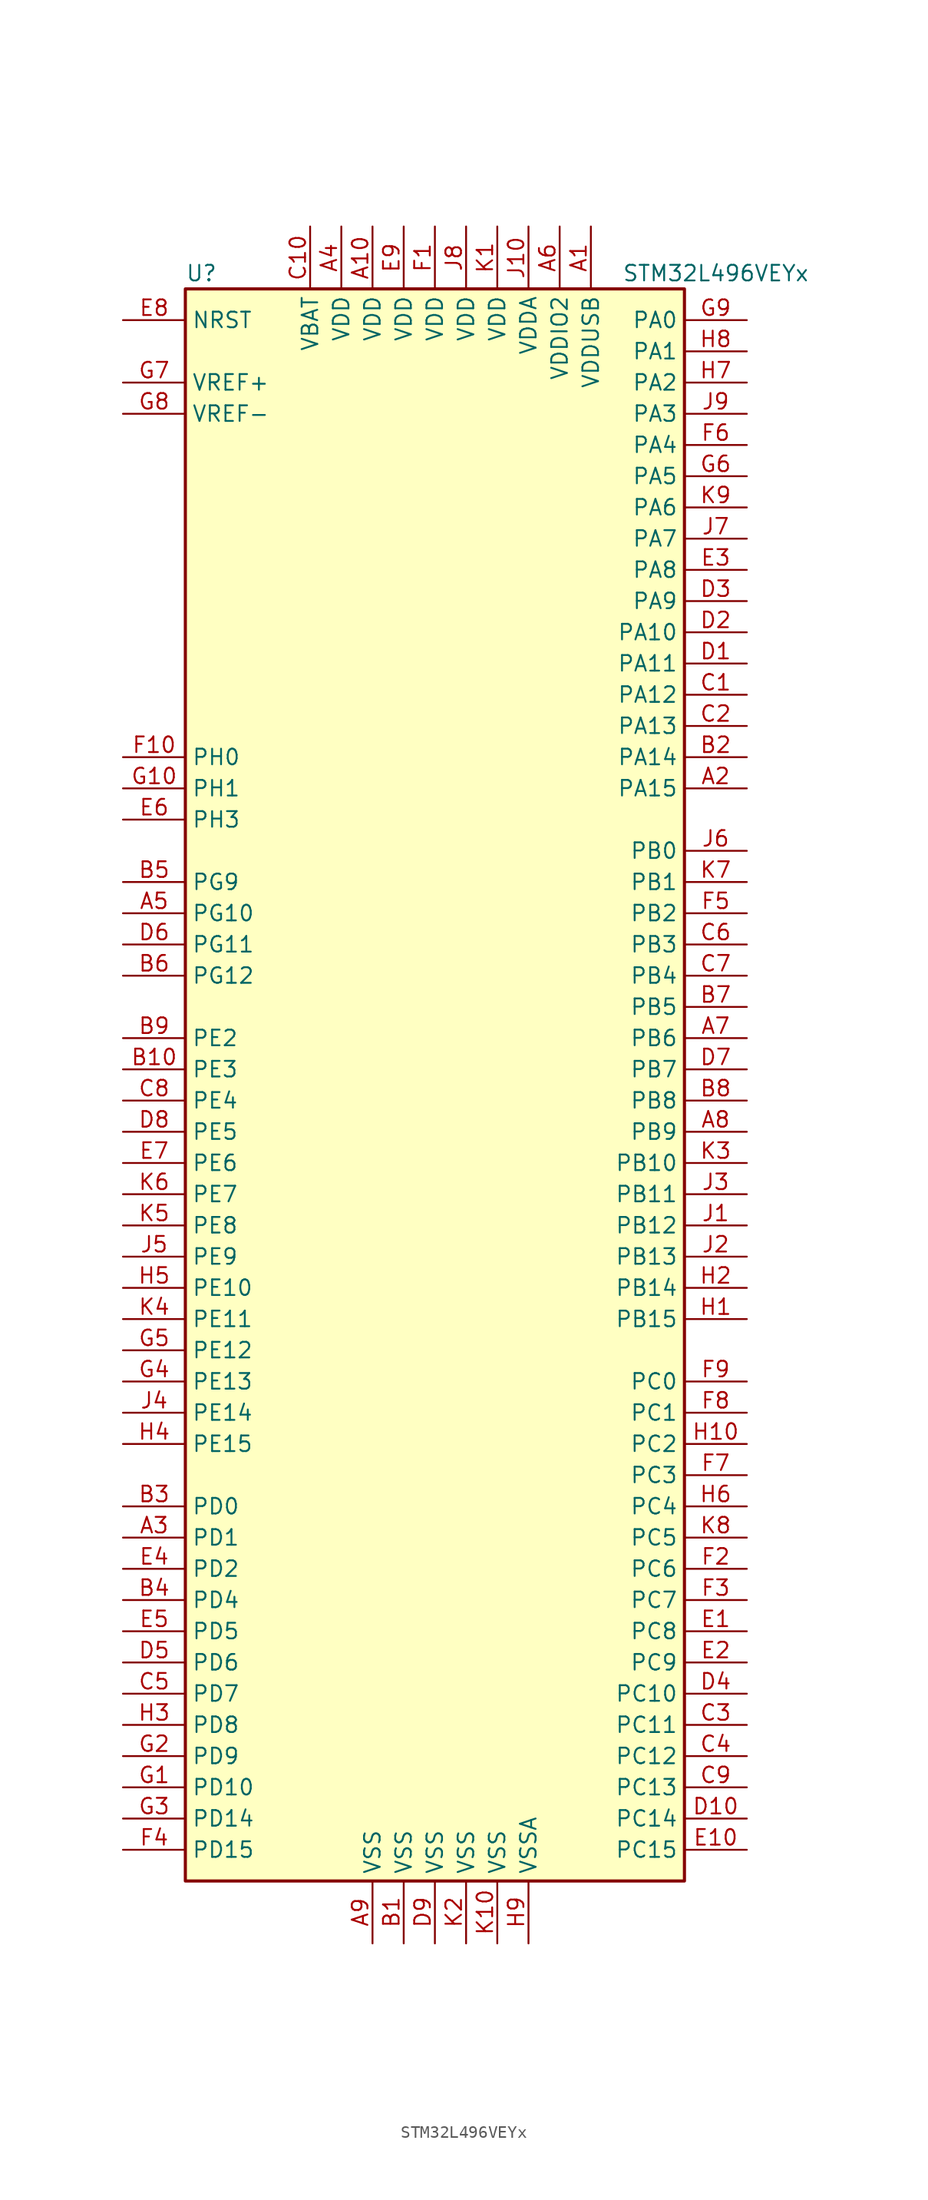
<source format=kicad_sym>
(kicad_symbol_lib
  (version 20211014)
  (generator kicad_symbol_editor)
  (symbol "STM32L496VEYx"
    (property "Reference" "U"
      (at -20.32 64.77 0)
      (effects (font (size 1.27 1.27)) (justify left)))
    (property "Value" "STM32L496VEYx"
      (at 15.24 64.77 0)
      (effects (font (size 1.27 1.27)) (justify left)))
    (symbol "STM32L496VEYx_0_1"
      (rectangle (start -20.32 -66.04) (end 20.32 63.5) (stroke (width 0.254) (type default) (color 0 0 0 0)) (fill (type background))))
    (symbol "STM32L496VEYx_1_1"
      (pin power_in line (at 12.7 68.58 270) (length 5.08) (name "VDDUSB" (effects (font (size 1.27 1.27)))) (number "A1" (effects (font (size 1.27 1.27)))))
      (pin power_in line (at -5.08 68.58 270) (length 5.08) (name "VDD" (effects (font (size 1.27 1.27)))) (number "A10" (effects (font (size 1.27 1.27)))))
      (pin bidirectional line (at 25.4 22.86 180) (length 5.08) (name "PA15" (effects (font (size 1.27 1.27)))) (number "A2" (effects (font (size 1.27 1.27)))))
      (pin bidirectional line (at -25.4 -38.1 0) (length 5.08) (name "PD1" (effects (font (size 1.27 1.27)))) (number "A3" (effects (font (size 1.27 1.27)))))
      (pin power_in line (at -7.62 68.58 270) (length 5.08) (name "VDD" (effects (font (size 1.27 1.27)))) (number "A4" (effects (font (size 1.27 1.27)))))
      (pin bidirectional line (at -25.4 12.7 0) (length 5.08) (name "PG10" (effects (font (size 1.27 1.27)))) (number "A5" (effects (font (size 1.27 1.27)))))
      (pin power_in line (at 10.16 68.58 270) (length 5.08) (name "VDDIO2" (effects (font (size 1.27 1.27)))) (number "A6" (effects (font (size 1.27 1.27)))))
      (pin bidirectional line (at 25.4 2.54 180) (length 5.08) (name "PB6" (effects (font (size 1.27 1.27)))) (number "A7" (effects (font (size 1.27 1.27)))))
      (pin bidirectional line (at 25.4 -5.08 180) (length 5.08) (name "PB9" (effects (font (size 1.27 1.27)))) (number "A8" (effects (font (size 1.27 1.27)))))
      (pin power_in line (at -5.08 -71.12 90) (length 5.08) (name "VSS" (effects (font (size 1.27 1.27)))) (number "A9" (effects (font (size 1.27 1.27)))))
      (pin power_in line (at -2.54 -71.12 90) (length 5.08) (name "VSS" (effects (font (size 1.27 1.27)))) (number "B1" (effects (font (size 1.27 1.27)))))
      (pin bidirectional line (at -25.4 0 0) (length 5.08) (name "PE3" (effects (font (size 1.27 1.27)))) (number "B10" (effects (font (size 1.27 1.27)))))
      (pin bidirectional line (at 25.4 25.4 180) (length 5.08) (name "PA14" (effects (font (size 1.27 1.27)))) (number "B2" (effects (font (size 1.27 1.27)))))
      (pin bidirectional line (at -25.4 -35.56 0) (length 5.08) (name "PD0" (effects (font (size 1.27 1.27)))) (number "B3" (effects (font (size 1.27 1.27)))))
      (pin bidirectional line (at -25.4 -43.18 0) (length 5.08) (name "PD4" (effects (font (size 1.27 1.27)))) (number "B4" (effects (font (size 1.27 1.27)))))
      (pin bidirectional line (at -25.4 15.24 0) (length 5.08) (name "PG9" (effects (font (size 1.27 1.27)))) (number "B5" (effects (font (size 1.27 1.27)))))
      (pin bidirectional line (at -25.4 7.62 0) (length 5.08) (name "PG12" (effects (font (size 1.27 1.27)))) (number "B6" (effects (font (size 1.27 1.27)))))
      (pin bidirectional line (at 25.4 5.08 180) (length 5.08) (name "PB5" (effects (font (size 1.27 1.27)))) (number "B7" (effects (font (size 1.27 1.27)))))
      (pin bidirectional line (at 25.4 -2.54 180) (length 5.08) (name "PB8" (effects (font (size 1.27 1.27)))) (number "B8" (effects (font (size 1.27 1.27)))))
      (pin bidirectional line (at -25.4 2.54 0) (length 5.08) (name "PE2" (effects (font (size 1.27 1.27)))) (number "B9" (effects (font (size 1.27 1.27)))))
      (pin bidirectional line (at 25.4 30.48 180) (length 5.08) (name "PA12" (effects (font (size 1.27 1.27)))) (number "C1" (effects (font (size 1.27 1.27)))))
      (pin power_in line (at -10.16 68.58 270) (length 5.08) (name "VBAT" (effects (font (size 1.27 1.27)))) (number "C10" (effects (font (size 1.27 1.27)))))
      (pin bidirectional line (at 25.4 27.94 180) (length 5.08) (name "PA13" (effects (font (size 1.27 1.27)))) (number "C2" (effects (font (size 1.27 1.27)))))
      (pin bidirectional line (at 25.4 -53.34 180) (length 5.08) (name "PC11" (effects (font (size 1.27 1.27)))) (number "C3" (effects (font (size 1.27 1.27)))))
      (pin bidirectional line (at 25.4 -55.88 180) (length 5.08) (name "PC12" (effects (font (size 1.27 1.27)))) (number "C4" (effects (font (size 1.27 1.27)))))
      (pin bidirectional line (at -25.4 -50.8 0) (length 5.08) (name "PD7" (effects (font (size 1.27 1.27)))) (number "C5" (effects (font (size 1.27 1.27)))))
      (pin bidirectional line (at 25.4 10.16 180) (length 5.08) (name "PB3" (effects (font (size 1.27 1.27)))) (number "C6" (effects (font (size 1.27 1.27)))))
      (pin bidirectional line (at 25.4 7.62 180) (length 5.08) (name "PB4" (effects (font (size 1.27 1.27)))) (number "C7" (effects (font (size 1.27 1.27)))))
      (pin bidirectional line (at -25.4 -2.54 0) (length 5.08) (name "PE4" (effects (font (size 1.27 1.27)))) (number "C8" (effects (font (size 1.27 1.27)))))
      (pin bidirectional line (at 25.4 -58.42 180) (length 5.08) (name "PC13" (effects (font (size 1.27 1.27)))) (number "C9" (effects (font (size 1.27 1.27)))))
      (pin bidirectional line (at 25.4 33.02 180) (length 5.08) (name "PA11" (effects (font (size 1.27 1.27)))) (number "D1" (effects (font (size 1.27 1.27)))))
      (pin bidirectional line (at 25.4 -60.96 180) (length 5.08) (name "PC14" (effects (font (size 1.27 1.27)))) (number "D10" (effects (font (size 1.27 1.27)))))
      (pin bidirectional line (at 25.4 35.56 180) (length 5.08) (name "PA10" (effects (font (size 1.27 1.27)))) (number "D2" (effects (font (size 1.27 1.27)))))
      (pin bidirectional line (at 25.4 38.1 180) (length 5.08) (name "PA9" (effects (font (size 1.27 1.27)))) (number "D3" (effects (font (size 1.27 1.27)))))
      (pin bidirectional line (at 25.4 -50.8 180) (length 5.08) (name "PC10" (effects (font (size 1.27 1.27)))) (number "D4" (effects (font (size 1.27 1.27)))))
      (pin bidirectional line (at -25.4 -48.26 0) (length 5.08) (name "PD6" (effects (font (size 1.27 1.27)))) (number "D5" (effects (font (size 1.27 1.27)))))
      (pin bidirectional line (at -25.4 10.16 0) (length 5.08) (name "PG11" (effects (font (size 1.27 1.27)))) (number "D6" (effects (font (size 1.27 1.27)))))
      (pin bidirectional line (at 25.4 0 180) (length 5.08) (name "PB7" (effects (font (size 1.27 1.27)))) (number "D7" (effects (font (size 1.27 1.27)))))
      (pin bidirectional line (at -25.4 -5.08 0) (length 5.08) (name "PE5" (effects (font (size 1.27 1.27)))) (number "D8" (effects (font (size 1.27 1.27)))))
      (pin power_in line (at 0 -71.12 90) (length 5.08) (name "VSS" (effects (font (size 1.27 1.27)))) (number "D9" (effects (font (size 1.27 1.27)))))
      (pin bidirectional line (at 25.4 -45.72 180) (length 5.08) (name "PC8" (effects (font (size 1.27 1.27)))) (number "E1" (effects (font (size 1.27 1.27)))))
      (pin bidirectional line (at 25.4 -63.5 180) (length 5.08) (name "PC15" (effects (font (size 1.27 1.27)))) (number "E10" (effects (font (size 1.27 1.27)))))
      (pin bidirectional line (at 25.4 -48.26 180) (length 5.08) (name "PC9" (effects (font (size 1.27 1.27)))) (number "E2" (effects (font (size 1.27 1.27)))))
      (pin bidirectional line (at 25.4 40.64 180) (length 5.08) (name "PA8" (effects (font (size 1.27 1.27)))) (number "E3" (effects (font (size 1.27 1.27)))))
      (pin bidirectional line (at -25.4 -40.64 0) (length 5.08) (name "PD2" (effects (font (size 1.27 1.27)))) (number "E4" (effects (font (size 1.27 1.27)))))
      (pin bidirectional line (at -25.4 -45.72 0) (length 5.08) (name "PD5" (effects (font (size 1.27 1.27)))) (number "E5" (effects (font (size 1.27 1.27)))))
      (pin bidirectional line (at -25.4 20.32 0) (length 5.08) (name "PH3" (effects (font (size 1.27 1.27)))) (number "E6" (effects (font (size 1.27 1.27)))))
      (pin bidirectional line (at -25.4 -7.62 0) (length 5.08) (name "PE6" (effects (font (size 1.27 1.27)))) (number "E7" (effects (font (size 1.27 1.27)))))
      (pin input line (at -25.4 60.96 0) (length 5.08) (name "NRST" (effects (font (size 1.27 1.27)))) (number "E8" (effects (font (size 1.27 1.27)))))
      (pin power_in line (at -2.54 68.58 270) (length 5.08) (name "VDD" (effects (font (size 1.27 1.27)))) (number "E9" (effects (font (size 1.27 1.27)))))
      (pin power_in line (at 0 68.58 270) (length 5.08) (name "VDD" (effects (font (size 1.27 1.27)))) (number "F1" (effects (font (size 1.27 1.27)))))
      (pin input line (at -25.4 25.4 0) (length 5.08) (name "PH0" (effects (font (size 1.27 1.27)))) (number "F10" (effects (font (size 1.27 1.27)))))
      (pin bidirectional line (at 25.4 -40.64 180) (length 5.08) (name "PC6" (effects (font (size 1.27 1.27)))) (number "F2" (effects (font (size 1.27 1.27)))))
      (pin bidirectional line (at 25.4 -43.18 180) (length 5.08) (name "PC7" (effects (font (size 1.27 1.27)))) (number "F3" (effects (font (size 1.27 1.27)))))
      (pin bidirectional line (at -25.4 -63.5 0) (length 5.08) (name "PD15" (effects (font (size 1.27 1.27)))) (number "F4" (effects (font (size 1.27 1.27)))))
      (pin bidirectional line (at 25.4 12.7 180) (length 5.08) (name "PB2" (effects (font (size 1.27 1.27)))) (number "F5" (effects (font (size 1.27 1.27)))))
      (pin bidirectional line (at 25.4 50.8 180) (length 5.08) (name "PA4" (effects (font (size 1.27 1.27)))) (number "F6" (effects (font (size 1.27 1.27)))))
      (pin bidirectional line (at 25.4 -33.02 180) (length 5.08) (name "PC3" (effects (font (size 1.27 1.27)))) (number "F7" (effects (font (size 1.27 1.27)))))
      (pin bidirectional line (at 25.4 -27.94 180) (length 5.08) (name "PC1" (effects (font (size 1.27 1.27)))) (number "F8" (effects (font (size 1.27 1.27)))))
      (pin bidirectional line (at 25.4 -25.4 180) (length 5.08) (name "PC0" (effects (font (size 1.27 1.27)))) (number "F9" (effects (font (size 1.27 1.27)))))
      (pin bidirectional line (at -25.4 -58.42 0) (length 5.08) (name "PD10" (effects (font (size 1.27 1.27)))) (number "G1" (effects (font (size 1.27 1.27)))))
      (pin input line (at -25.4 22.86 0) (length 5.08) (name "PH1" (effects (font (size 1.27 1.27)))) (number "G10" (effects (font (size 1.27 1.27)))))
      (pin bidirectional line (at -25.4 -55.88 0) (length 5.08) (name "PD9" (effects (font (size 1.27 1.27)))) (number "G2" (effects (font (size 1.27 1.27)))))
      (pin bidirectional line (at -25.4 -60.96 0) (length 5.08) (name "PD14" (effects (font (size 1.27 1.27)))) (number "G3" (effects (font (size 1.27 1.27)))))
      (pin bidirectional line (at -25.4 -25.4 0) (length 5.08) (name "PE13" (effects (font (size 1.27 1.27)))) (number "G4" (effects (font (size 1.27 1.27)))))
      (pin bidirectional line (at -25.4 -22.86 0) (length 5.08) (name "PE12" (effects (font (size 1.27 1.27)))) (number "G5" (effects (font (size 1.27 1.27)))))
      (pin bidirectional line (at 25.4 48.26 180) (length 5.08) (name "PA5" (effects (font (size 1.27 1.27)))) (number "G6" (effects (font (size 1.27 1.27)))))
      (pin bidirectional line (at -25.4 55.88 0) (length 5.08) (name "VREF+" (effects (font (size 1.27 1.27)))) (number "G7" (effects (font (size 1.27 1.27)))))
      (pin power_in line (at -25.4 53.34 0) (length 5.08) (name "VREF-" (effects (font (size 1.27 1.27)))) (number "G8" (effects (font (size 1.27 1.27)))))
      (pin bidirectional line (at 25.4 60.96 180) (length 5.08) (name "PA0" (effects (font (size 1.27 1.27)))) (number "G9" (effects (font (size 1.27 1.27)))))
      (pin bidirectional line (at 25.4 -20.32 180) (length 5.08) (name "PB15" (effects (font (size 1.27 1.27)))) (number "H1" (effects (font (size 1.27 1.27)))))
      (pin bidirectional line (at 25.4 -30.48 180) (length 5.08) (name "PC2" (effects (font (size 1.27 1.27)))) (number "H10" (effects (font (size 1.27 1.27)))))
      (pin bidirectional line (at 25.4 -17.78 180) (length 5.08) (name "PB14" (effects (font (size 1.27 1.27)))) (number "H2" (effects (font (size 1.27 1.27)))))
      (pin bidirectional line (at -25.4 -53.34 0) (length 5.08) (name "PD8" (effects (font (size 1.27 1.27)))) (number "H3" (effects (font (size 1.27 1.27)))))
      (pin bidirectional line (at -25.4 -30.48 0) (length 5.08) (name "PE15" (effects (font (size 1.27 1.27)))) (number "H4" (effects (font (size 1.27 1.27)))))
      (pin bidirectional line (at -25.4 -17.78 0) (length 5.08) (name "PE10" (effects (font (size 1.27 1.27)))) (number "H5" (effects (font (size 1.27 1.27)))))
      (pin bidirectional line (at 25.4 -35.56 180) (length 5.08) (name "PC4" (effects (font (size 1.27 1.27)))) (number "H6" (effects (font (size 1.27 1.27)))))
      (pin bidirectional line (at 25.4 55.88 180) (length 5.08) (name "PA2" (effects (font (size 1.27 1.27)))) (number "H7" (effects (font (size 1.27 1.27)))))
      (pin bidirectional line (at 25.4 58.42 180) (length 5.08) (name "PA1" (effects (font (size 1.27 1.27)))) (number "H8" (effects (font (size 1.27 1.27)))))
      (pin power_in line (at 7.62 -71.12 90) (length 5.08) (name "VSSA" (effects (font (size 1.27 1.27)))) (number "H9" (effects (font (size 1.27 1.27)))))
      (pin bidirectional line (at 25.4 -12.7 180) (length 5.08) (name "PB12" (effects (font (size 1.27 1.27)))) (number "J1" (effects (font (size 1.27 1.27)))))
      (pin power_in line (at 7.62 68.58 270) (length 5.08) (name "VDDA" (effects (font (size 1.27 1.27)))) (number "J10" (effects (font (size 1.27 1.27)))))
      (pin bidirectional line (at 25.4 -15.24 180) (length 5.08) (name "PB13" (effects (font (size 1.27 1.27)))) (number "J2" (effects (font (size 1.27 1.27)))))
      (pin bidirectional line (at 25.4 -10.16 180) (length 5.08) (name "PB11" (effects (font (size 1.27 1.27)))) (number "J3" (effects (font (size 1.27 1.27)))))
      (pin bidirectional line (at -25.4 -27.94 0) (length 5.08) (name "PE14" (effects (font (size 1.27 1.27)))) (number "J4" (effects (font (size 1.27 1.27)))))
      (pin bidirectional line (at -25.4 -15.24 0) (length 5.08) (name "PE9" (effects (font (size 1.27 1.27)))) (number "J5" (effects (font (size 1.27 1.27)))))
      (pin bidirectional line (at 25.4 17.78 180) (length 5.08) (name "PB0" (effects (font (size 1.27 1.27)))) (number "J6" (effects (font (size 1.27 1.27)))))
      (pin bidirectional line (at 25.4 43.18 180) (length 5.08) (name "PA7" (effects (font (size 1.27 1.27)))) (number "J7" (effects (font (size 1.27 1.27)))))
      (pin power_in line (at 2.54 68.58 270) (length 5.08) (name "VDD" (effects (font (size 1.27 1.27)))) (number "J8" (effects (font (size 1.27 1.27)))))
      (pin bidirectional line (at 25.4 53.34 180) (length 5.08) (name "PA3" (effects (font (size 1.27 1.27)))) (number "J9" (effects (font (size 1.27 1.27)))))
      (pin power_in line (at 5.08 68.58 270) (length 5.08) (name "VDD" (effects (font (size 1.27 1.27)))) (number "K1" (effects (font (size 1.27 1.27)))))
      (pin power_in line (at 5.08 -71.12 90) (length 5.08) (name "VSS" (effects (font (size 1.27 1.27)))) (number "K10" (effects (font (size 1.27 1.27)))))
      (pin power_in line (at 2.54 -71.12 90) (length 5.08) (name "VSS" (effects (font (size 1.27 1.27)))) (number "K2" (effects (font (size 1.27 1.27)))))
      (pin bidirectional line (at 25.4 -7.62 180) (length 5.08) (name "PB10" (effects (font (size 1.27 1.27)))) (number "K3" (effects (font (size 1.27 1.27)))))
      (pin bidirectional line (at -25.4 -20.32 0) (length 5.08) (name "PE11" (effects (font (size 1.27 1.27)))) (number "K4" (effects (font (size 1.27 1.27)))))
      (pin bidirectional line (at -25.4 -12.7 0) (length 5.08) (name "PE8" (effects (font (size 1.27 1.27)))) (number "K5" (effects (font (size 1.27 1.27)))))
      (pin bidirectional line (at -25.4 -10.16 0) (length 5.08) (name "PE7" (effects (font (size 1.27 1.27)))) (number "K6" (effects (font (size 1.27 1.27)))))
      (pin bidirectional line (at 25.4 15.24 180) (length 5.08) (name "PB1" (effects (font (size 1.27 1.27)))) (number "K7" (effects (font (size 1.27 1.27)))))
      (pin bidirectional line (at 25.4 -38.1 180) (length 5.08) (name "PC5" (effects (font (size 1.27 1.27)))) (number "K8" (effects (font (size 1.27 1.27)))))
      (pin bidirectional line (at 25.4 45.72 180) (length 5.08) (name "PA6" (effects (font (size 1.27 1.27)))) (number "K9" (effects (font (size 1.27 1.27))))))))
</source>
